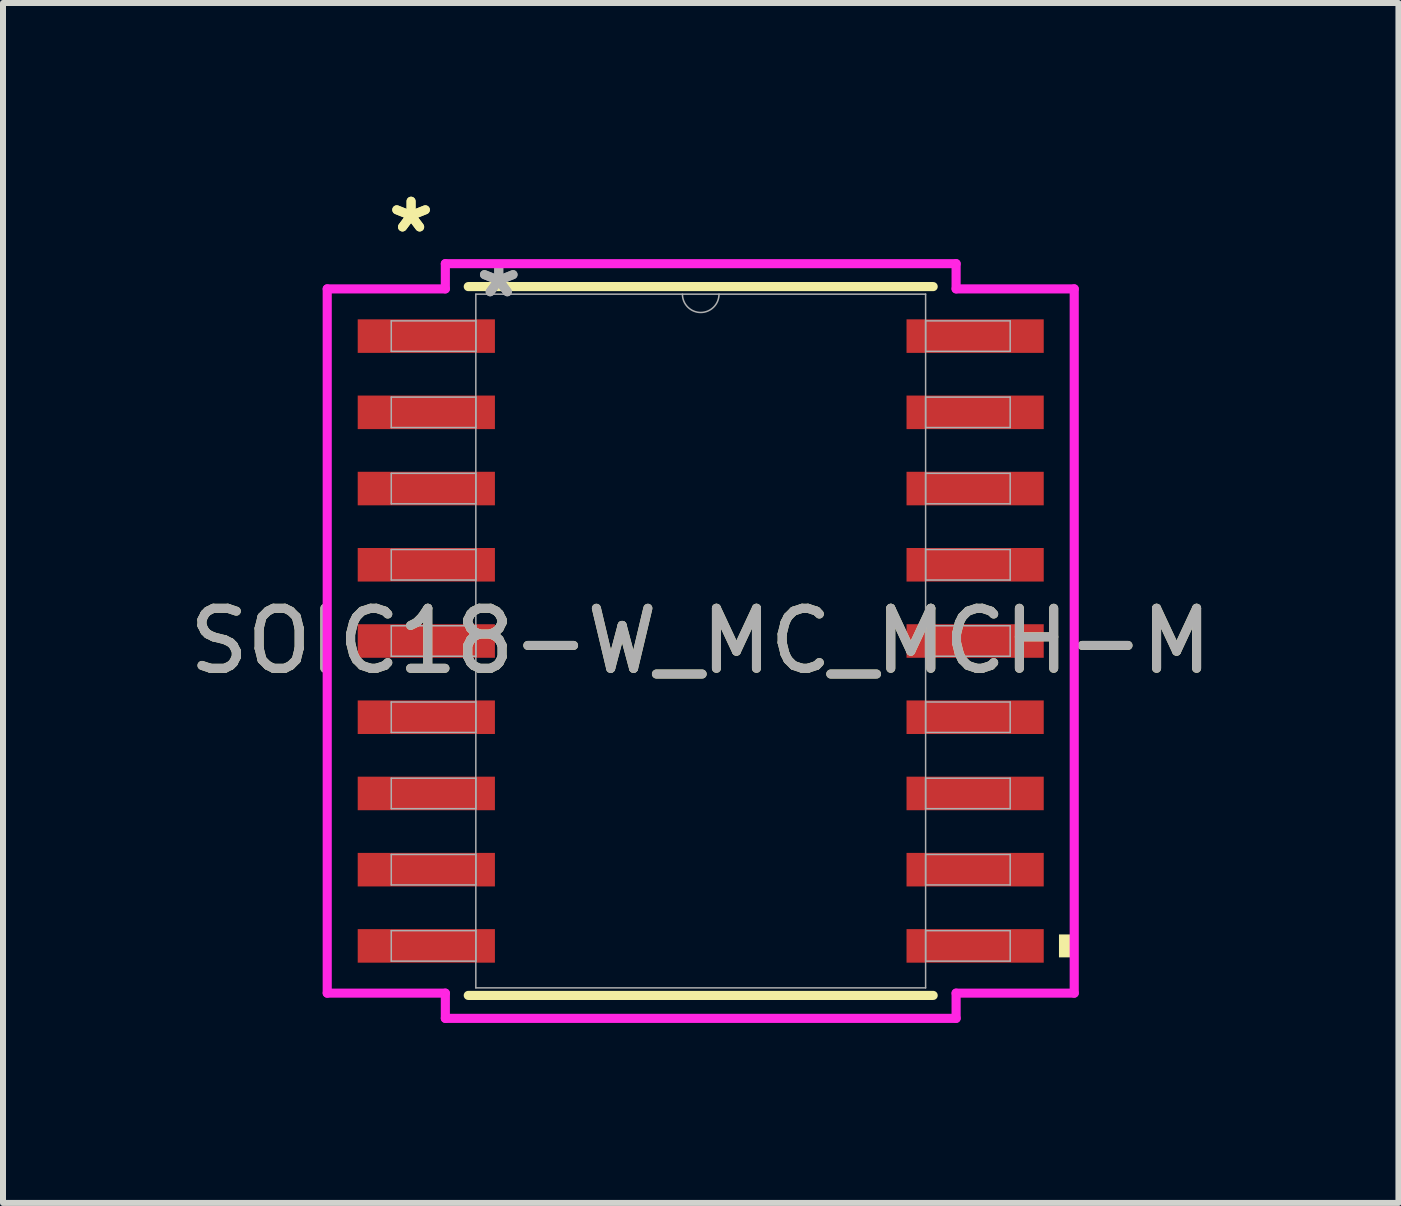
<source format=kicad_pcb>
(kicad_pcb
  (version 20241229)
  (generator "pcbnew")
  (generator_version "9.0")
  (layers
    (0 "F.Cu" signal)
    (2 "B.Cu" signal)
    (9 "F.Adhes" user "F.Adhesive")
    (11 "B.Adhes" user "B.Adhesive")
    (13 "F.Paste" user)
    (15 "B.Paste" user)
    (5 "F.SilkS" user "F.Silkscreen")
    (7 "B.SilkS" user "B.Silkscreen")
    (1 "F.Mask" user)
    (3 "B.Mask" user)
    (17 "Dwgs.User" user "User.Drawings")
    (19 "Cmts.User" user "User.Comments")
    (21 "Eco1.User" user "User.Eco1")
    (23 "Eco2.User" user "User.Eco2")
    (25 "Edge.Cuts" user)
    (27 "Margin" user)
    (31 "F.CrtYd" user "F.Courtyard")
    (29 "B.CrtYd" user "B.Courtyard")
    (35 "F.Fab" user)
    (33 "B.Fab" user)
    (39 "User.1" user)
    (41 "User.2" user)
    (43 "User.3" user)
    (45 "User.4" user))
  (footprint "SOIC18-W_MC_MCH-M"
    (layer "F.Cu")
    (at 8.625 7.63)
    (property "Reference" "SOIC18-W_MC_MCH-M" (at 0 0 0) (unlocked yes) (layer "F.SilkS") (effects (font (size 1 1) (thickness 0.15))))
    (attr smd)
    (fp_line (start -3.873 5.905) (end 3.873 5.905) (stroke (width 0.152) (type solid)) (layer "F.SilkS"))
    (fp_line (start 3.873 -5.905) (end -3.873 -5.905) (stroke (width 0.152) (type solid)) (layer "F.SilkS"))
    (fp_poly (pts (xy 6.223 4.889) (xy 6.223 5.271) (xy 5.969 5.271) (xy 5.969 4.889)) (stroke (width 0) (type solid)) (fill yes) (layer "F.SilkS"))
    (fp_line (start -6.223 -5.867) (end -4.255 -5.867) (stroke (width 0.152) (type solid)) (layer "F.CrtYd"))
    (fp_line (start -6.223 5.867) (end -6.223 -5.867) (stroke (width 0.152) (type solid)) (layer "F.CrtYd"))
    (fp_line (start -6.223 5.867) (end -4.255 5.867) (stroke (width 0.152) (type solid)) (layer "F.CrtYd"))
    (fp_line (start -4.255 -6.287) (end 4.255 -6.287) (stroke (width 0.152) (type solid)) (layer "F.CrtYd"))
    (fp_line (start -4.255 -5.867) (end -4.255 -6.287) (stroke (width 0.152) (type solid)) (layer "F.CrtYd"))
    (fp_line (start -4.255 6.287) (end -4.255 5.867) (stroke (width 0.152) (type solid)) (layer "F.CrtYd"))
    (fp_line (start 4.255 -6.287) (end 4.255 -5.867) (stroke (width 0.152) (type solid)) (layer "F.CrtYd"))
    (fp_line (start 4.255 5.867) (end 4.255 6.287) (stroke (width 0.152) (type solid)) (layer "F.CrtYd"))
    (fp_line (start 4.255 6.287) (end -4.255 6.287) (stroke (width 0.152) (type solid)) (layer "F.CrtYd"))
    (fp_line (start 6.223 -5.867) (end 4.255 -5.867) (stroke (width 0.152) (type solid)) (layer "F.CrtYd"))
    (fp_line (start 6.223 -5.867) (end 6.223 5.867) (stroke (width 0.152) (type solid)) (layer "F.CrtYd"))
    (fp_line (start 6.223 5.867) (end 4.255 5.867) (stroke (width 0.152) (type solid)) (layer "F.CrtYd"))
    (fp_line (start -5.156 -5.334) (end -5.156 -4.826) (stroke (width 0.025) (type solid)) (layer "F.Fab"))
    (fp_line (start -5.156 -4.826) (end -3.747 -4.826) (stroke (width 0.025) (type solid)) (layer "F.Fab"))
    (fp_line (start -5.156 -4.064) (end -5.156 -3.556) (stroke (width 0.025) (type solid)) (layer "F.Fab"))
    (fp_line (start -5.156 -3.556) (end -3.747 -3.556) (stroke (width 0.025) (type solid)) (layer "F.Fab"))
    (fp_line (start -5.156 -2.794) (end -5.156 -2.286) (stroke (width 0.025) (type solid)) (layer "F.Fab"))
    (fp_line (start -5.156 -2.286) (end -3.747 -2.286) (stroke (width 0.025) (type solid)) (layer "F.Fab"))
    (fp_line (start -5.156 -1.524) (end -5.156 -1.016) (stroke (width 0.025) (type solid)) (layer "F.Fab"))
    (fp_line (start -5.156 -1.016) (end -3.747 -1.016) (stroke (width 0.025) (type solid)) (layer "F.Fab"))
    (fp_line (start -5.156 -0.254) (end -5.156 0.254) (stroke (width 0.025) (type solid)) (layer "F.Fab"))
    (fp_line (start -5.156 0.254) (end -3.747 0.254) (stroke (width 0.025) (type solid)) (layer "F.Fab"))
    (fp_line (start -5.156 1.016) (end -5.156 1.524) (stroke (width 0.025) (type solid)) (layer "F.Fab"))
    (fp_line (start -5.156 1.524) (end -3.747 1.524) (stroke (width 0.025) (type solid)) (layer "F.Fab"))
    (fp_line (start -5.156 2.286) (end -5.156 2.794) (stroke (width 0.025) (type solid)) (layer "F.Fab"))
    (fp_line (start -5.156 2.794) (end -3.747 2.794) (stroke (width 0.025) (type solid)) (layer "F.Fab"))
    (fp_line (start -5.156 3.556) (end -5.156 4.064) (stroke (width 0.025) (type solid)) (layer "F.Fab"))
    (fp_line (start -5.156 4.064) (end -3.747 4.064) (stroke (width 0.025) (type solid)) (layer "F.Fab"))
    (fp_line (start -5.156 4.826) (end -5.156 5.334) (stroke (width 0.025) (type solid)) (layer "F.Fab"))
    (fp_line (start -5.156 5.334) (end -3.747 5.334) (stroke (width 0.025) (type solid)) (layer "F.Fab"))
    (fp_line (start -3.747 -5.779) (end -3.747 5.779) (stroke (width 0.025) (type solid)) (layer "F.Fab"))
    (fp_line (start -3.747 -5.334) (end -5.156 -5.334) (stroke (width 0.025) (type solid)) (layer "F.Fab"))
    (fp_line (start -3.747 -4.826) (end -3.747 -5.334) (stroke (width 0.025) (type solid)) (layer "F.Fab"))
    (fp_line (start -3.747 -4.064) (end -5.156 -4.064) (stroke (width 0.025) (type solid)) (layer "F.Fab"))
    (fp_line (start -3.747 -3.556) (end -3.747 -4.064) (stroke (width 0.025) (type solid)) (layer "F.Fab"))
    (fp_line (start -3.747 -2.794) (end -5.156 -2.794) (stroke (width 0.025) (type solid)) (layer "F.Fab"))
    (fp_line (start -3.747 -2.286) (end -3.747 -2.794) (stroke (width 0.025) (type solid)) (layer "F.Fab"))
    (fp_line (start -3.747 -1.524) (end -5.156 -1.524) (stroke (width 0.025) (type solid)) (layer "F.Fab"))
    (fp_line (start -3.747 -1.016) (end -3.747 -1.524) (stroke (width 0.025) (type solid)) (layer "F.Fab"))
    (fp_line (start -3.747 -0.254) (end -5.156 -0.254) (stroke (width 0.025) (type solid)) (layer "F.Fab"))
    (fp_line (start -3.747 0.254) (end -3.747 -0.254) (stroke (width 0.025) (type solid)) (layer "F.Fab"))
    (fp_line (start -3.747 1.016) (end -5.156 1.016) (stroke (width 0.025) (type solid)) (layer "F.Fab"))
    (fp_line (start -3.747 1.524) (end -3.747 1.016) (stroke (width 0.025) (type solid)) (layer "F.Fab"))
    (fp_line (start -3.747 2.286) (end -5.156 2.286) (stroke (width 0.025) (type solid)) (layer "F.Fab"))
    (fp_line (start -3.747 2.794) (end -3.747 2.286) (stroke (width 0.025) (type solid)) (layer "F.Fab"))
    (fp_line (start -3.747 3.556) (end -5.156 3.556) (stroke (width 0.025) (type solid)) (layer "F.Fab"))
    (fp_line (start -3.747 4.064) (end -3.747 3.556) (stroke (width 0.025) (type solid)) (layer "F.Fab"))
    (fp_line (start -3.747 4.826) (end -5.156 4.826) (stroke (width 0.025) (type solid)) (layer "F.Fab"))
    (fp_line (start -3.747 5.334) (end -3.747 4.826) (stroke (width 0.025) (type solid)) (layer "F.Fab"))
    (fp_line (start -3.747 5.779) (end 3.747 5.779) (stroke (width 0.025) (type solid)) (layer "F.Fab"))
    (fp_line (start 3.747 -5.779) (end -3.747 -5.779) (stroke (width 0.025) (type solid)) (layer "F.Fab"))
    (fp_line (start 3.747 -5.334) (end 3.747 -4.826) (stroke (width 0.025) (type solid)) (layer "F.Fab"))
    (fp_line (start 3.747 -4.826) (end 5.156 -4.826) (stroke (width 0.025) (type solid)) (layer "F.Fab"))
    (fp_line (start 3.747 -4.064) (end 3.747 -3.556) (stroke (width 0.025) (type solid)) (layer "F.Fab"))
    (fp_line (start 3.747 -3.556) (end 5.156 -3.556) (stroke (width 0.025) (type solid)) (layer "F.Fab"))
    (fp_line (start 3.747 -2.794) (end 3.747 -2.286) (stroke (width 0.025) (type solid)) (layer "F.Fab"))
    (fp_line (start 3.747 -2.286) (end 5.156 -2.286) (stroke (width 0.025) (type solid)) (layer "F.Fab"))
    (fp_line (start 3.747 -1.524) (end 3.747 -1.016) (stroke (width 0.025) (type solid)) (layer "F.Fab"))
    (fp_line (start 3.747 -1.016) (end 5.156 -1.016) (stroke (width 0.025) (type solid)) (layer "F.Fab"))
    (fp_line (start 3.747 -0.254) (end 3.747 0.254) (stroke (width 0.025) (type solid)) (layer "F.Fab"))
    (fp_line (start 3.747 0.254) (end 5.156 0.254) (stroke (width 0.025) (type solid)) (layer "F.Fab"))
    (fp_line (start 3.747 1.016) (end 3.747 1.524) (stroke (width 0.025) (type solid)) (layer "F.Fab"))
    (fp_line (start 3.747 1.524) (end 5.156 1.524) (stroke (width 0.025) (type solid)) (layer "F.Fab"))
    (fp_line (start 3.747 2.286) (end 3.747 2.794) (stroke (width 0.025) (type solid)) (layer "F.Fab"))
    (fp_line (start 3.747 2.794) (end 5.156 2.794) (stroke (width 0.025) (type solid)) (layer "F.Fab"))
    (fp_line (start 3.747 3.556) (end 3.747 4.064) (stroke (width 0.025) (type solid)) (layer "F.Fab"))
    (fp_line (start 3.747 4.064) (end 5.156 4.064) (stroke (width 0.025) (type solid)) (layer "F.Fab"))
    (fp_line (start 3.747 4.826) (end 3.747 5.334) (stroke (width 0.025) (type solid)) (layer "F.Fab"))
    (fp_line (start 3.747 5.334) (end 5.156 5.334) (stroke (width 0.025) (type solid)) (layer "F.Fab"))
    (fp_line (start 3.747 5.779) (end 3.747 -5.779) (stroke (width 0.025) (type solid)) (layer "F.Fab"))
    (fp_line (start 5.156 -5.334) (end 3.747 -5.334) (stroke (width 0.025) (type solid)) (layer "F.Fab"))
    (fp_line (start 5.156 -4.826) (end 5.156 -5.334) (stroke (width 0.025) (type solid)) (layer "F.Fab"))
    (fp_line (start 5.156 -4.064) (end 3.747 -4.064) (stroke (width 0.025) (type solid)) (layer "F.Fab"))
    (fp_line (start 5.156 -3.556) (end 5.156 -4.064) (stroke (width 0.025) (type solid)) (layer "F.Fab"))
    (fp_line (start 5.156 -2.794) (end 3.747 -2.794) (stroke (width 0.025) (type solid)) (layer "F.Fab"))
    (fp_line (start 5.156 -2.286) (end 5.156 -2.794) (stroke (width 0.025) (type solid)) (layer "F.Fab"))
    (fp_line (start 5.156 -1.524) (end 3.747 -1.524) (stroke (width 0.025) (type solid)) (layer "F.Fab"))
    (fp_line (start 5.156 -1.016) (end 5.156 -1.524) (stroke (width 0.025) (type solid)) (layer "F.Fab"))
    (fp_line (start 5.156 -0.254) (end 3.747 -0.254) (stroke (width 0.025) (type solid)) (layer "F.Fab"))
    (fp_line (start 5.156 0.254) (end 5.156 -0.254) (stroke (width 0.025) (type solid)) (layer "F.Fab"))
    (fp_line (start 5.156 1.016) (end 3.747 1.016) (stroke (width 0.025) (type solid)) (layer "F.Fab"))
    (fp_line (start 5.156 1.524) (end 5.156 1.016) (stroke (width 0.025) (type solid)) (layer "F.Fab"))
    (fp_line (start 5.156 2.286) (end 3.747 2.286) (stroke (width 0.025) (type solid)) (layer "F.Fab"))
    (fp_line (start 5.156 2.794) (end 5.156 2.286) (stroke (width 0.025) (type solid)) (layer "F.Fab"))
    (fp_line (start 5.156 3.556) (end 3.747 3.556) (stroke (width 0.025) (type solid)) (layer "F.Fab"))
    (fp_line (start 5.156 4.064) (end 5.156 3.556) (stroke (width 0.025) (type solid)) (layer "F.Fab"))
    (fp_line (start 5.156 4.826) (end 3.747 4.826) (stroke (width 0.025) (type solid)) (layer "F.Fab"))
    (fp_line (start 5.156 5.334) (end 5.156 4.826) (stroke (width 0.025) (type solid)) (layer "F.Fab"))
    (fp_arc (start 0.3048 -5.7785) (mid 0 -5.4737) (end -0.3048 -5.7785) (stroke (width 0.0254) (type solid)) (layer "F.Fab"))
    (fp_text user "*" (at -4.826 -6.782 0) (layer "F.SilkS") (effects (font (size 1 1) (thickness 0.15))))
    (fp_text user "*" (at -4.826 -6.782 0) (unlocked yes) (layer "F.SilkS") (effects (font (size 1 1) (thickness 0.15))))
    (fp_text user "*" (at -3.365 -5.702 0) (unlocked yes) (layer "F.Fab") (effects (font (size 1 1) (thickness 0.15))))
    (fp_text user "${REFERENCE}" (at 0 0 0) (unlocked yes) (layer "F.Fab") (effects (font (size 1 1) (thickness 0.15))))
    (fp_text user "*" (at -3.365 -5.702 0) (layer "F.Fab") (effects (font (size 1 1) (thickness 0.15))))
    (pad "1" smd rect (at -4.572 -5.08) (size 2.286 0.559) (layers "F.Cu" "F.Mask" "F.Paste"))
    (pad "2" smd rect (at -4.572 -3.81) (size 2.286 0.559) (layers "F.Cu" "F.Mask" "F.Paste"))
    (pad "3" smd rect (at -4.572 -2.54) (size 2.286 0.559) (layers "F.Cu" "F.Mask" "F.Paste"))
    (pad "4" smd rect (at -4.572 -1.27) (size 2.286 0.559) (layers "F.Cu" "F.Mask" "F.Paste"))
    (pad "5" smd rect (at -4.572 0) (size 2.286 0.559) (layers "F.Cu" "F.Mask" "F.Paste"))
    (pad "6" smd rect (at -4.572 1.27) (size 2.286 0.559) (layers "F.Cu" "F.Mask" "F.Paste"))
    (pad "7" smd rect (at -4.572 2.54) (size 2.286 0.559) (layers "F.Cu" "F.Mask" "F.Paste"))
    (pad "8" smd rect (at -4.572 3.81) (size 2.286 0.559) (layers "F.Cu" "F.Mask" "F.Paste"))
    (pad "9" smd rect (at -4.572 5.08) (size 2.286 0.559) (layers "F.Cu" "F.Mask" "F.Paste"))
    (pad "10" smd rect (at 4.572 5.08) (size 2.286 0.559) (layers "F.Cu" "F.Mask" "F.Paste"))
    (pad "11" smd rect (at 4.572 3.81) (size 2.286 0.559) (layers "F.Cu" "F.Mask" "F.Paste"))
    (pad "12" smd rect (at 4.572 2.54) (size 2.286 0.559) (layers "F.Cu" "F.Mask" "F.Paste"))
    (pad "13" smd rect (at 4.572 1.27) (size 2.286 0.559) (layers "F.Cu" "F.Mask" "F.Paste"))
    (pad "14" smd rect (at 4.572 0) (size 2.286 0.559) (layers "F.Cu" "F.Mask" "F.Paste"))
    (pad "15" smd rect (at 4.572 -1.27) (size 2.286 0.559) (layers "F.Cu" "F.Mask" "F.Paste"))
    (pad "16" smd rect (at 4.572 -2.54) (size 2.286 0.559) (layers "F.Cu" "F.Mask" "F.Paste"))
    (pad "17" smd rect (at 4.572 -3.81) (size 2.286 0.559) (layers "F.Cu" "F.Mask" "F.Paste"))
    (pad "18" smd rect (at 4.572 -5.08) (size 2.286 0.559) (layers "F.Cu" "F.Mask" "F.Paste")))
  (gr_rect
    (start -3 -3)
    (end 20.25 16.993)
    (stroke (width 0.1) (type default))
    (fill no)
    (layer "Edge.Cuts")))
</source>
